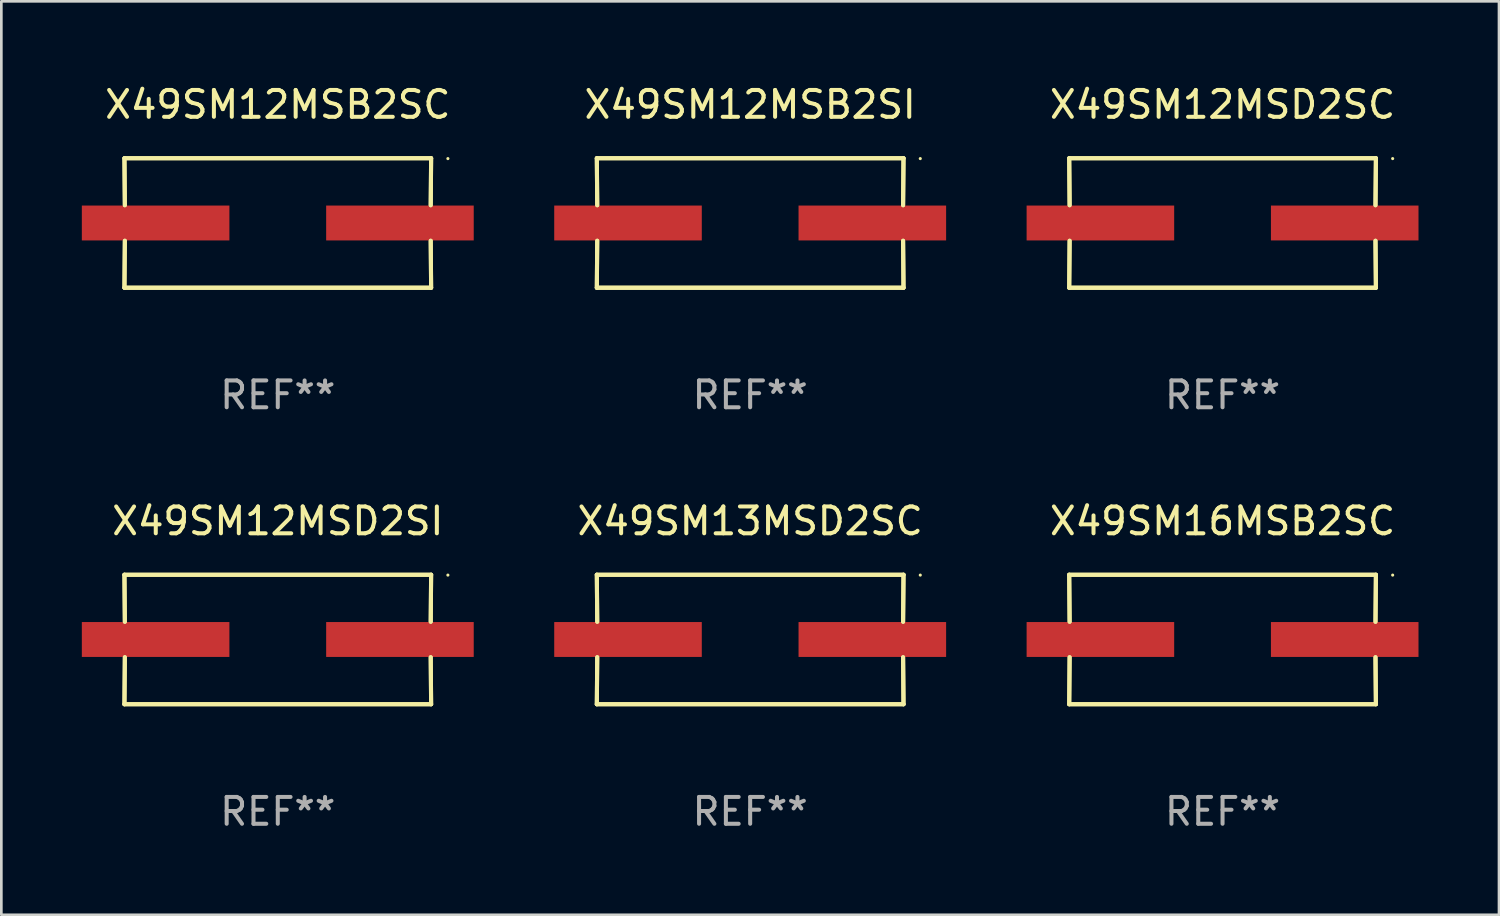
<source format=kicad_pcb>
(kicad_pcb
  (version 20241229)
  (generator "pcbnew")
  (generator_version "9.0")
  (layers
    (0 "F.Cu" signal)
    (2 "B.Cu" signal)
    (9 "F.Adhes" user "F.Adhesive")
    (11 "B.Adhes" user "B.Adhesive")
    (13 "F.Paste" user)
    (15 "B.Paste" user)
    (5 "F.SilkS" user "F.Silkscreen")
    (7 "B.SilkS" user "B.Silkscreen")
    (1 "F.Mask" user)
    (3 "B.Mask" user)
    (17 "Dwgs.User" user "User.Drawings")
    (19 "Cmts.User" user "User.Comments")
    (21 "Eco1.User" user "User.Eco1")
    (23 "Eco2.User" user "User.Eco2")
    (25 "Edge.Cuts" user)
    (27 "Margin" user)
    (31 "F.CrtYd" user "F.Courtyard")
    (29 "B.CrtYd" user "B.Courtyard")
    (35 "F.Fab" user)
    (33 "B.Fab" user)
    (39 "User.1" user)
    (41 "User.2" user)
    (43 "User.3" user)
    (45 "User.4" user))
  (footprint "X49SM16MSB2SC"
    (layer "F.Cu")
    (at 42.515 20.784)
    (property "Reference" "X49SM16MSB2SC" (at 0 -4.413 0) (layer "F.SilkS") (effects (font (size 1 1) (thickness 0.15))))
    (attr through_hole)
    (fp_line (start -5.715 -2.413) (end -5.7 -0.662) (stroke (width 0.152) (type solid)) (layer "F.SilkS"))
    (fp_line (start -5.715 -2.413) (end -5.7 -0.662) (stroke (width 0.152) (type solid)) (layer "F.SilkS"))
    (fp_line (start -5.715 2.413) (end 5.715 2.413) (stroke (width 0.152) (type solid)) (layer "F.SilkS"))
    (fp_line (start -5.715 2.413) (end 5.715 2.413) (stroke (width 0.152) (type solid)) (layer "F.SilkS"))
    (fp_line (start -5.7 0.662) (end -5.715 2.413) (stroke (width 0.152) (type solid)) (layer "F.SilkS"))
    (fp_line (start -5.7 0.662) (end -5.715 2.413) (stroke (width 0.152) (type solid)) (layer "F.SilkS"))
    (fp_line (start 5.7 -0.662) (end 5.715 -2.413) (stroke (width 0.152) (type solid)) (layer "F.SilkS"))
    (fp_line (start 5.7 -0.662) (end 5.715 -2.413) (stroke (width 0.152) (type solid)) (layer "F.SilkS"))
    (fp_line (start 5.715 -2.413) (end -5.715 -2.413) (stroke (width 0.152) (type solid)) (layer "F.SilkS"))
    (fp_line (start 5.715 -2.413) (end -5.715 -2.413) (stroke (width 0.152) (type solid)) (layer "F.SilkS"))
    (fp_line (start 5.715 2.413) (end 5.7 0.662) (stroke (width 0.152) (type solid)) (layer "F.SilkS"))
    (fp_line (start 5.715 2.413) (end 5.7 0.662) (stroke (width 0.152) (type solid)) (layer "F.SilkS"))
    (fp_circle (center 6.34 -2.4) (end 6.37 -2.4) (stroke (width 0.06) (type solid)) (fill no) (layer "F.SilkS"))
    (fp_text user "REF**" (at 0 6.413 0) (layer "F.Fab") (effects (font (size 1 1) (thickness 0.15))))
    (pad "1" smd rect (at 4.553 0) (size 5.5 1.3) (layers "F.Cu" "F.Mask" "F.Paste"))
    (pad "2" smd rect (at -4.553 0) (size 5.5 1.3) (layers "F.Cu" "F.Mask" "F.Paste")))
  (footprint "X49SM12MSD2SI"
    (layer "F.Cu")
    (at 7.303 20.784)
    (property "Reference" "X49SM12MSD2SI" (at 0 -4.413 0) (layer "F.SilkS") (effects (font (size 1 1) (thickness 0.15))))
    (attr through_hole)
    (fp_line (start -5.715 -2.413) (end -5.7 -0.662) (stroke (width 0.152) (type solid)) (layer "F.SilkS"))
    (fp_line (start -5.715 -2.413) (end -5.7 -0.662) (stroke (width 0.152) (type solid)) (layer "F.SilkS"))
    (fp_line (start -5.715 2.413) (end 5.715 2.413) (stroke (width 0.152) (type solid)) (layer "F.SilkS"))
    (fp_line (start -5.715 2.413) (end 5.715 2.413) (stroke (width 0.152) (type solid)) (layer "F.SilkS"))
    (fp_line (start -5.7 0.662) (end -5.715 2.413) (stroke (width 0.152) (type solid)) (layer "F.SilkS"))
    (fp_line (start -5.7 0.662) (end -5.715 2.413) (stroke (width 0.152) (type solid)) (layer "F.SilkS"))
    (fp_line (start 5.7 -0.662) (end 5.715 -2.413) (stroke (width 0.152) (type solid)) (layer "F.SilkS"))
    (fp_line (start 5.7 -0.662) (end 5.715 -2.413) (stroke (width 0.152) (type solid)) (layer "F.SilkS"))
    (fp_line (start 5.715 -2.413) (end -5.715 -2.413) (stroke (width 0.152) (type solid)) (layer "F.SilkS"))
    (fp_line (start 5.715 -2.413) (end -5.715 -2.413) (stroke (width 0.152) (type solid)) (layer "F.SilkS"))
    (fp_line (start 5.715 2.413) (end 5.7 0.662) (stroke (width 0.152) (type solid)) (layer "F.SilkS"))
    (fp_line (start 5.715 2.413) (end 5.7 0.662) (stroke (width 0.152) (type solid)) (layer "F.SilkS"))
    (fp_circle (center 6.34 -2.4) (end 6.37 -2.4) (stroke (width 0.06) (type solid)) (fill no) (layer "F.SilkS"))
    (fp_text user "REF**" (at 0 6.413 0) (layer "F.Fab") (effects (font (size 1 1) (thickness 0.15))))
    (pad "1" smd rect (at 4.553 0) (size 5.5 1.3) (layers "F.Cu" "F.Mask" "F.Paste"))
    (pad "2" smd rect (at -4.553 0) (size 5.5 1.3) (layers "F.Cu" "F.Mask" "F.Paste")))
  (footprint "X49SM13MSD2SC"
    (layer "F.Cu")
    (at 24.909 20.784)
    (property "Reference" "X49SM13MSD2SC" (at 0 -4.413 0) (layer "F.SilkS") (effects (font (size 1 1) (thickness 0.15))))
    (attr through_hole)
    (fp_line (start -5.715 -2.413) (end -5.7 -0.662) (stroke (width 0.152) (type solid)) (layer "F.SilkS"))
    (fp_line (start -5.715 -2.413) (end -5.7 -0.662) (stroke (width 0.152) (type solid)) (layer "F.SilkS"))
    (fp_line (start -5.715 2.413) (end 5.715 2.413) (stroke (width 0.152) (type solid)) (layer "F.SilkS"))
    (fp_line (start -5.715 2.413) (end 5.715 2.413) (stroke (width 0.152) (type solid)) (layer "F.SilkS"))
    (fp_line (start -5.7 0.662) (end -5.715 2.413) (stroke (width 0.152) (type solid)) (layer "F.SilkS"))
    (fp_line (start -5.7 0.662) (end -5.715 2.413) (stroke (width 0.152) (type solid)) (layer "F.SilkS"))
    (fp_line (start 5.7 -0.662) (end 5.715 -2.413) (stroke (width 0.152) (type solid)) (layer "F.SilkS"))
    (fp_line (start 5.7 -0.662) (end 5.715 -2.413) (stroke (width 0.152) (type solid)) (layer "F.SilkS"))
    (fp_line (start 5.715 -2.413) (end -5.715 -2.413) (stroke (width 0.152) (type solid)) (layer "F.SilkS"))
    (fp_line (start 5.715 -2.413) (end -5.715 -2.413) (stroke (width 0.152) (type solid)) (layer "F.SilkS"))
    (fp_line (start 5.715 2.413) (end 5.7 0.662) (stroke (width 0.152) (type solid)) (layer "F.SilkS"))
    (fp_line (start 5.715 2.413) (end 5.7 0.662) (stroke (width 0.152) (type solid)) (layer "F.SilkS"))
    (fp_circle (center 6.34 -2.4) (end 6.37 -2.4) (stroke (width 0.06) (type solid)) (fill no) (layer "F.SilkS"))
    (fp_text user "REF**" (at 0 6.413 0) (layer "F.Fab") (effects (font (size 1 1) (thickness 0.15))))
    (pad "1" smd rect (at 4.553 0) (size 5.5 1.3) (layers "F.Cu" "F.Mask" "F.Paste"))
    (pad "2" smd rect (at -4.553 0) (size 5.5 1.3) (layers "F.Cu" "F.Mask" "F.Paste")))
  (footprint "X49SM12MSD2SC"
    (layer "F.Cu")
    (at 42.515 5.261)
    (property "Reference" "X49SM12MSD2SC" (at 0 -4.413 0) (layer "F.SilkS") (effects (font (size 1 1) (thickness 0.15))))
    (attr through_hole)
    (fp_line (start -5.715 -2.413) (end -5.7 -0.662) (stroke (width 0.152) (type solid)) (layer "F.SilkS"))
    (fp_line (start -5.715 -2.413) (end -5.7 -0.662) (stroke (width 0.152) (type solid)) (layer "F.SilkS"))
    (fp_line (start -5.715 2.413) (end 5.715 2.413) (stroke (width 0.152) (type solid)) (layer "F.SilkS"))
    (fp_line (start -5.715 2.413) (end 5.715 2.413) (stroke (width 0.152) (type solid)) (layer "F.SilkS"))
    (fp_line (start -5.7 0.662) (end -5.715 2.413) (stroke (width 0.152) (type solid)) (layer "F.SilkS"))
    (fp_line (start -5.7 0.662) (end -5.715 2.413) (stroke (width 0.152) (type solid)) (layer "F.SilkS"))
    (fp_line (start 5.7 -0.662) (end 5.715 -2.413) (stroke (width 0.152) (type solid)) (layer "F.SilkS"))
    (fp_line (start 5.7 -0.662) (end 5.715 -2.413) (stroke (width 0.152) (type solid)) (layer "F.SilkS"))
    (fp_line (start 5.715 -2.413) (end -5.715 -2.413) (stroke (width 0.152) (type solid)) (layer "F.SilkS"))
    (fp_line (start 5.715 -2.413) (end -5.715 -2.413) (stroke (width 0.152) (type solid)) (layer "F.SilkS"))
    (fp_line (start 5.715 2.413) (end 5.7 0.662) (stroke (width 0.152) (type solid)) (layer "F.SilkS"))
    (fp_line (start 5.715 2.413) (end 5.7 0.662) (stroke (width 0.152) (type solid)) (layer "F.SilkS"))
    (fp_circle (center 6.34 -2.4) (end 6.37 -2.4) (stroke (width 0.06) (type solid)) (fill no) (layer "F.SilkS"))
    (fp_text user "REF**" (at 0 6.413 0) (layer "F.Fab") (effects (font (size 1 1) (thickness 0.15))))
    (pad "1" smd rect (at 4.553 0) (size 5.5 1.3) (layers "F.Cu" "F.Mask" "F.Paste"))
    (pad "2" smd rect (at -4.553 0) (size 5.5 1.3) (layers "F.Cu" "F.Mask" "F.Paste")))
  (footprint "X49SM12MSB2SI"
    (layer "F.Cu")
    (at 24.909 5.261)
    (property "Reference" "X49SM12MSB2SI" (at 0 -4.413 0) (layer "F.SilkS") (effects (font (size 1 1) (thickness 0.15))))
    (attr through_hole)
    (fp_line (start -5.715 -2.413) (end -5.7 -0.662) (stroke (width 0.152) (type solid)) (layer "F.SilkS"))
    (fp_line (start -5.715 -2.413) (end -5.7 -0.662) (stroke (width 0.152) (type solid)) (layer "F.SilkS"))
    (fp_line (start -5.715 2.413) (end 5.715 2.413) (stroke (width 0.152) (type solid)) (layer "F.SilkS"))
    (fp_line (start -5.715 2.413) (end 5.715 2.413) (stroke (width 0.152) (type solid)) (layer "F.SilkS"))
    (fp_line (start -5.7 0.662) (end -5.715 2.413) (stroke (width 0.152) (type solid)) (layer "F.SilkS"))
    (fp_line (start -5.7 0.662) (end -5.715 2.413) (stroke (width 0.152) (type solid)) (layer "F.SilkS"))
    (fp_line (start 5.7 -0.662) (end 5.715 -2.413) (stroke (width 0.152) (type solid)) (layer "F.SilkS"))
    (fp_line (start 5.7 -0.662) (end 5.715 -2.413) (stroke (width 0.152) (type solid)) (layer "F.SilkS"))
    (fp_line (start 5.715 -2.413) (end -5.715 -2.413) (stroke (width 0.152) (type solid)) (layer "F.SilkS"))
    (fp_line (start 5.715 -2.413) (end -5.715 -2.413) (stroke (width 0.152) (type solid)) (layer "F.SilkS"))
    (fp_line (start 5.715 2.413) (end 5.7 0.662) (stroke (width 0.152) (type solid)) (layer "F.SilkS"))
    (fp_line (start 5.715 2.413) (end 5.7 0.662) (stroke (width 0.152) (type solid)) (layer "F.SilkS"))
    (fp_circle (center 6.34 -2.4) (end 6.37 -2.4) (stroke (width 0.06) (type solid)) (fill no) (layer "F.SilkS"))
    (fp_text user "REF**" (at 0 6.413 0) (layer "F.Fab") (effects (font (size 1 1) (thickness 0.15))))
    (pad "1" smd rect (at 4.553 0) (size 5.5 1.3) (layers "F.Cu" "F.Mask" "F.Paste"))
    (pad "2" smd rect (at -4.553 0) (size 5.5 1.3) (layers "F.Cu" "F.Mask" "F.Paste")))
  (footprint "X49SM12MSB2SC"
    (layer "F.Cu")
    (at 7.303 5.261)
    (property "Reference" "X49SM12MSB2SC" (at 0 -4.413 0) (layer "F.SilkS") (effects (font (size 1 1) (thickness 0.15))))
    (attr through_hole)
    (fp_line (start -5.715 -2.413) (end -5.7 -0.662) (stroke (width 0.152) (type solid)) (layer "F.SilkS"))
    (fp_line (start -5.715 -2.413) (end -5.7 -0.662) (stroke (width 0.152) (type solid)) (layer "F.SilkS"))
    (fp_line (start -5.715 2.413) (end 5.715 2.413) (stroke (width 0.152) (type solid)) (layer "F.SilkS"))
    (fp_line (start -5.715 2.413) (end 5.715 2.413) (stroke (width 0.152) (type solid)) (layer "F.SilkS"))
    (fp_line (start -5.7 0.662) (end -5.715 2.413) (stroke (width 0.152) (type solid)) (layer "F.SilkS"))
    (fp_line (start -5.7 0.662) (end -5.715 2.413) (stroke (width 0.152) (type solid)) (layer "F.SilkS"))
    (fp_line (start 5.7 -0.662) (end 5.715 -2.413) (stroke (width 0.152) (type solid)) (layer "F.SilkS"))
    (fp_line (start 5.7 -0.662) (end 5.715 -2.413) (stroke (width 0.152) (type solid)) (layer "F.SilkS"))
    (fp_line (start 5.715 -2.413) (end -5.715 -2.413) (stroke (width 0.152) (type solid)) (layer "F.SilkS"))
    (fp_line (start 5.715 -2.413) (end -5.715 -2.413) (stroke (width 0.152) (type solid)) (layer "F.SilkS"))
    (fp_line (start 5.715 2.413) (end 5.7 0.662) (stroke (width 0.152) (type solid)) (layer "F.SilkS"))
    (fp_line (start 5.715 2.413) (end 5.7 0.662) (stroke (width 0.152) (type solid)) (layer "F.SilkS"))
    (fp_circle (center 6.34 -2.4) (end 6.37 -2.4) (stroke (width 0.06) (type solid)) (fill no) (layer "F.SilkS"))
    (fp_text user "REF**" (at 0 6.413 0) (layer "F.Fab") (effects (font (size 1 1) (thickness 0.15))))
    (pad "1" smd rect (at 4.553 0) (size 5.5 1.3) (layers "F.Cu" "F.Mask" "F.Paste"))
    (pad "2" smd rect (at -4.553 0) (size 5.5 1.3) (layers "F.Cu" "F.Mask" "F.Paste")))
  (gr_rect
    (start -3 -3)
    (end 52.818 31.045)
    (stroke (width 0.1) (type default))
    (fill no)
    (layer "Edge.Cuts")))
</source>
